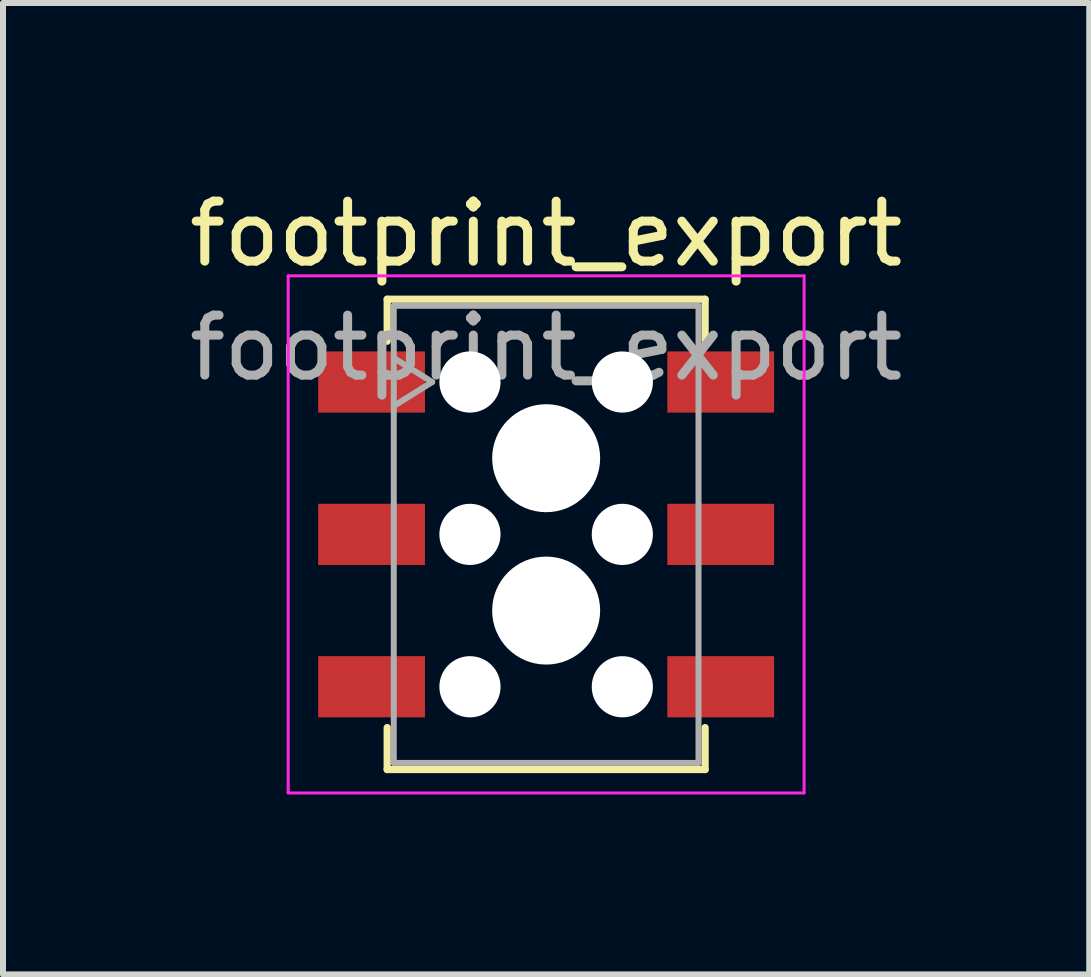
<source format=kicad_pcb>
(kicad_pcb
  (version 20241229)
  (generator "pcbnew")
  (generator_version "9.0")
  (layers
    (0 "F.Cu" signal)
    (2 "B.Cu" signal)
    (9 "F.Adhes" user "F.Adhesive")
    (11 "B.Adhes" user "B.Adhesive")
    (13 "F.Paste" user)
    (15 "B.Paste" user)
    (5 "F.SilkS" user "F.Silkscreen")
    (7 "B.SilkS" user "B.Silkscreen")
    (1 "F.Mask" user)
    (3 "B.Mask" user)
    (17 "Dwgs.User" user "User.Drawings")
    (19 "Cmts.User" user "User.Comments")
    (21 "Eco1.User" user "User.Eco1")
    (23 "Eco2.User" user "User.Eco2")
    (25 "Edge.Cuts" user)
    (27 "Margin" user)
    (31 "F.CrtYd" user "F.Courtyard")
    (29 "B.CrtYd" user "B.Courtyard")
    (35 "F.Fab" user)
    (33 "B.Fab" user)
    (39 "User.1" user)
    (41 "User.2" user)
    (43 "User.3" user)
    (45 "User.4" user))
  (footprint "footprint_export"
    (layer "F.Cu")
    (at 6.054 5.858)
    (property "Reference" "footprint_export" (at 0 -5.01 0) (layer "F.SilkS") (effects (font (size 1 1) (thickness 0.15))))
    (attr smd)
    (fp_line (start -2.65 -3.92) (end 2.65 -3.92) (stroke (width 0.12) (type solid)) (layer "F.SilkS"))
    (fp_line (start -2.65 -3.22) (end -2.65 -3.92) (stroke (width 0.12) (type solid)) (layer "F.SilkS"))
    (fp_line (start -2.65 3.22) (end -2.65 3.92) (stroke (width 0.12) (type solid)) (layer "F.SilkS"))
    (fp_line (start -2.65 3.92) (end 2.65 3.92) (stroke (width 0.12) (type solid)) (layer "F.SilkS"))
    (fp_line (start 2.65 -3.92) (end 2.65 -3.22) (stroke (width 0.12) (type solid)) (layer "F.SilkS"))
    (fp_line (start 2.65 3.92) (end 2.65 3.22) (stroke (width 0.12) (type solid)) (layer "F.SilkS"))
    (fp_line (start -4.3 -4.31) (end 4.3 -4.31) (stroke (width 0.05) (type solid)) (layer "F.CrtYd"))
    (fp_line (start -4.3 4.31) (end -4.3 -4.31) (stroke (width 0.05) (type solid)) (layer "F.CrtYd"))
    (fp_line (start 4.3 -4.31) (end 4.3 4.31) (stroke (width 0.05) (type solid)) (layer "F.CrtYd"))
    (fp_line (start 4.3 4.31) (end -4.3 4.31) (stroke (width 0.05) (type solid)) (layer "F.CrtYd"))
    (fp_line (start -2.54 -3.81) (end 2.54 -3.81) (stroke (width 0.1) (type solid)) (layer "F.Fab"))
    (fp_line (start -2.54 -2.94) (end -1.9 -2.54) (stroke (width 0.1) (type solid)) (layer "F.Fab"))
    (fp_line (start -2.54 3.81) (end -2.54 -3.81) (stroke (width 0.1) (type solid)) (layer "F.Fab"))
    (fp_line (start -1.9 -2.54) (end -2.54 -2.14) (stroke (width 0.1) (type solid)) (layer "F.Fab"))
    (fp_line (start 2.54 -3.81) (end 2.54 3.81) (stroke (width 0.1) (type solid)) (layer "F.Fab"))
    (fp_line (start 2.54 3.81) (end -2.54 3.81) (stroke (width 0.1) (type solid)) (layer "F.Fab"))
    (fp_text user "${REFERENCE}" (at 0 -3.11 0) (layer "F.Fab") (effects (font (size 1 1) (thickness 0.15))))
    (pad "" np_thru_hole circle (at -1.27 -2.54) (size 1.02 1.02) (drill 1.02) (layers "*.Cu" "*.Mask"))
    (pad "" np_thru_hole circle (at -1.27 0) (size 1.02 1.02) (drill 1.02) (layers "*.Cu" "*.Mask"))
    (pad "" np_thru_hole circle (at -1.27 2.54) (size 1.02 1.02) (drill 1.02) (layers "*.Cu" "*.Mask"))
    (pad "" np_thru_hole circle (at 0 -1.27) (size 1.8 1.8) (drill 1.8) (layers "*.Cu" "*.Mask"))
    (pad "" np_thru_hole circle (at 0 1.27) (size 1.8 1.8) (drill 1.8) (layers "*.Cu" "*.Mask"))
    (pad "" np_thru_hole circle (at 1.27 -2.54) (size 1.02 1.02) (drill 1.02) (layers "*.Cu" "*.Mask"))
    (pad "" np_thru_hole circle (at 1.27 0) (size 1.02 1.02) (drill 1.02) (layers "*.Cu" "*.Mask"))
    (pad "" np_thru_hole circle (at 1.27 2.54) (size 1.02 1.02) (drill 1.02) (layers "*.Cu" "*.Mask"))
    (pad "1" smd rect (at -2.91 -2.54) (size 1.78 1.02) (layers "F.Cu" "F.Mask" "F.Paste"))
    (pad "2" smd rect (at -2.91 0) (size 1.78 1.02) (layers "F.Cu" "F.Mask" "F.Paste"))
    (pad "3" smd rect (at -2.91 2.54) (size 1.78 1.02) (layers "F.Cu" "F.Mask" "F.Paste"))
    (pad "4" smd rect (at 2.91 -2.54) (size 1.78 1.02) (layers "F.Cu" "F.Mask" "F.Paste"))
    (pad "5" smd rect (at 2.91 0) (size 1.78 1.02) (layers "F.Cu" "F.Mask" "F.Paste"))
    (pad "6" smd rect (at 2.91 2.54) (size 1.78 1.02) (layers "F.Cu" "F.Mask" "F.Paste")))
  (gr_rect
    (start -3 -3)
    (end 15.107 13.193)
    (stroke (width 0.1) (type default))
    (fill no)
    (layer "Edge.Cuts")))
</source>
